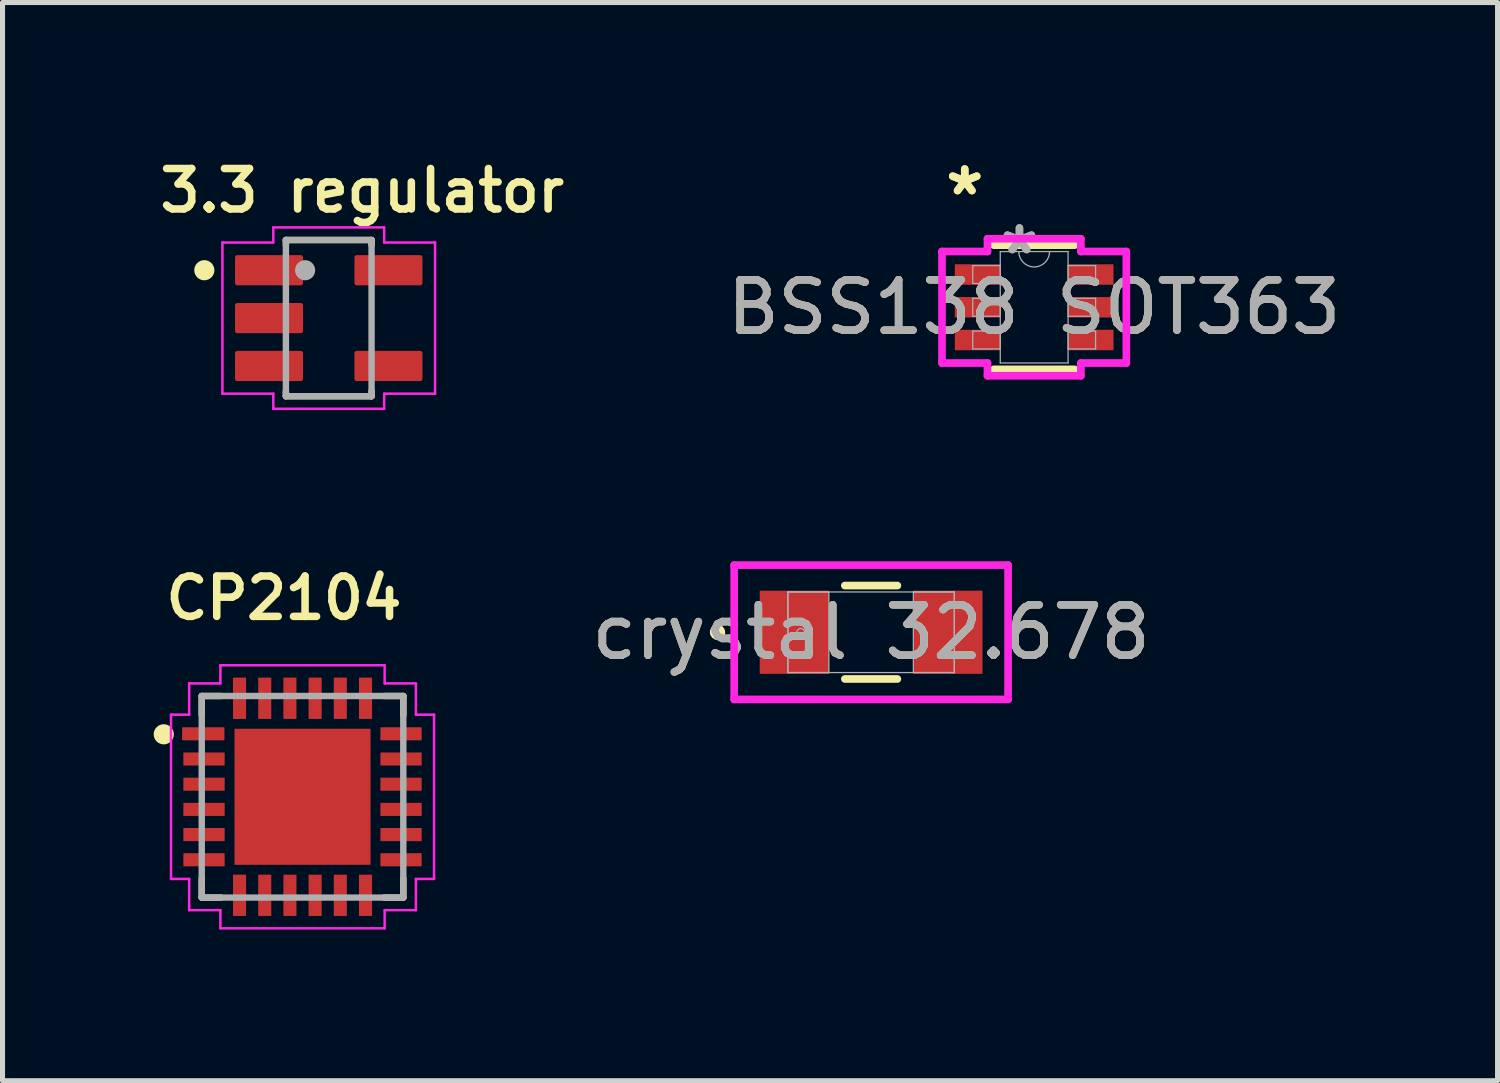
<source format=kicad_pcb>
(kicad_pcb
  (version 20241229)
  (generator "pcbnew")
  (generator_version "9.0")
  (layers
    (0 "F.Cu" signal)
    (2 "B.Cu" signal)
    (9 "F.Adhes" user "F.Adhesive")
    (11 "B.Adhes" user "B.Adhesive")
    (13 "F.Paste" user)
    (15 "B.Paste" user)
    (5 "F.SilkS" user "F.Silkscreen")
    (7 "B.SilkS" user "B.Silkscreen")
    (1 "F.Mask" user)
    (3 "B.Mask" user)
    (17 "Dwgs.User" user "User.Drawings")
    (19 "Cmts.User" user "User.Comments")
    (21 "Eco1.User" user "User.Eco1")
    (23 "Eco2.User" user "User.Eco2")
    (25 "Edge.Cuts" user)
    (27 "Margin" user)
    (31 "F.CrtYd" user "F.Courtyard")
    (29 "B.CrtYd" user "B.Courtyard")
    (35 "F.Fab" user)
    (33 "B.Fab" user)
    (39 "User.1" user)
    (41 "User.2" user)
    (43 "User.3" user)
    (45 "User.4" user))
  (footprint "3.3 regulator"
    (layer "F.Cu")
    (at 3.474 3.263)
    (property "Reference" "3.3 regulator" (at 0.664 -2.53 0) (layer "F.SilkS") (effects (font (size 0.803 0.803) (thickness 0.15))))
    (attr smd)
    (fp_line (start -0.85 -1.55) (end -0.85 -1.45) (stroke (width 0.127) (type solid)) (layer "F.SilkS"))
    (fp_line (start -0.85 1.55) (end -0.85 1.45) (stroke (width 0.127) (type solid)) (layer "F.SilkS"))
    (fp_line (start 0.85 -1.55) (end -0.85 -1.55) (stroke (width 0.127) (type solid)) (layer "F.SilkS"))
    (fp_line (start 0.85 -1.55) (end 0.85 -1.45) (stroke (width 0.127) (type solid)) (layer "F.SilkS"))
    (fp_line (start 0.85 1.55) (end -0.85 1.55) (stroke (width 0.127) (type solid)) (layer "F.SilkS"))
    (fp_line (start 0.85 1.55) (end 0.85 1.45) (stroke (width 0.127) (type solid)) (layer "F.SilkS"))
    (fp_circle (center -2.469 -0.95) (end -2.369 -0.95) (stroke (width 0.2) (type solid)) (fill no) (layer "F.SilkS"))
    (fp_line (start -2.11 -1.5) (end -2.11 1.5) (stroke (width 0.05) (type solid)) (layer "F.CrtYd"))
    (fp_line (start -2.11 1.5) (end -1.1 1.5) (stroke (width 0.05) (type solid)) (layer "F.CrtYd"))
    (fp_line (start -1.1 -1.8) (end -1.1 -1.5) (stroke (width 0.05) (type solid)) (layer "F.CrtYd"))
    (fp_line (start -1.1 -1.5) (end -2.11 -1.5) (stroke (width 0.05) (type solid)) (layer "F.CrtYd"))
    (fp_line (start -1.1 1.5) (end -1.1 1.8) (stroke (width 0.05) (type solid)) (layer "F.CrtYd"))
    (fp_line (start -1.1 1.8) (end 1.1 1.8) (stroke (width 0.05) (type solid)) (layer "F.CrtYd"))
    (fp_line (start 1.1 -1.8) (end -1.1 -1.8) (stroke (width 0.05) (type solid)) (layer "F.CrtYd"))
    (fp_line (start 1.1 -1.5) (end 1.1 -1.8) (stroke (width 0.05) (type solid)) (layer "F.CrtYd"))
    (fp_line (start 1.1 1.5) (end 2.11 1.5) (stroke (width 0.05) (type solid)) (layer "F.CrtYd"))
    (fp_line (start 1.1 1.8) (end 1.1 1.5) (stroke (width 0.05) (type solid)) (layer "F.CrtYd"))
    (fp_line (start 2.11 -1.5) (end 1.1 -1.5) (stroke (width 0.05) (type solid)) (layer "F.CrtYd"))
    (fp_line (start 2.11 1.5) (end 2.11 -1.5) (stroke (width 0.05) (type solid)) (layer "F.CrtYd"))
    (fp_line (start -0.85 -1.55) (end 0.85 -1.55) (stroke (width 0.127) (type solid)) (layer "F.Fab"))
    (fp_line (start -0.85 1.55) (end -0.85 -1.55) (stroke (width 0.127) (type solid)) (layer "F.Fab"))
    (fp_line (start 0.85 -1.55) (end 0.85 1.55) (stroke (width 0.127) (type solid)) (layer "F.Fab"))
    (fp_line (start 0.85 1.55) (end -0.85 1.55) (stroke (width 0.127) (type solid)) (layer "F.Fab"))
    (fp_circle (center -0.469 -0.95) (end -0.369 -0.95) (stroke (width 0.2) (type solid)) (fill no) (layer "F.Fab"))
    (pad "1" smd roundrect (at -1.185 -0.95) (size 1.35 0.6) (layers "F.Cu" "F.Mask" "F.Paste") (roundrect_rratio 0.075))
    (pad "2" smd roundrect (at -1.185 0) (size 1.35 0.6) (layers "F.Cu" "F.Mask" "F.Paste") (roundrect_rratio 0.075))
    (pad "3" smd roundrect (at -1.185 0.95) (size 1.35 0.6) (layers "F.Cu" "F.Mask" "F.Paste") (roundrect_rratio 0.075))
    (pad "4" smd roundrect (at 1.185 0.95) (size 1.35 0.6) (layers "F.Cu" "F.Mask" "F.Paste") (roundrect_rratio 0.075))
    (pad "5" smd roundrect (at 1.185 -0.95) (size 1.35 0.6) (layers "F.Cu" "F.Mask" "F.Paste") (roundrect_rratio 0.075)))
  (footprint "CP2104"
    (layer "F.Cu")
    (at 2.954 12.763)
    (property "Reference" "CP2104" (at -0.369 -3.943 0) (layer "F.SilkS") (effects (font (size 0.8 0.8) (thickness 0.15))))
    (attr smd)
    (fp_line (start -2 -2) (end -2 -1.62) (stroke (width 0.127) (type solid)) (layer "F.SilkS"))
    (fp_line (start -2 1.62) (end -2 2) (stroke (width 0.127) (type solid)) (layer "F.SilkS"))
    (fp_line (start -2 2) (end -1.62 2) (stroke (width 0.127) (type solid)) (layer "F.SilkS"))
    (fp_line (start -1.62 -2) (end -2 -2) (stroke (width 0.127) (type solid)) (layer "F.SilkS"))
    (fp_line (start 1.62 2) (end 2 2) (stroke (width 0.127) (type solid)) (layer "F.SilkS"))
    (fp_line (start 2 -2) (end 1.62 -2) (stroke (width 0.127) (type solid)) (layer "F.SilkS"))
    (fp_line (start 2 -1.62) (end 2 -2) (stroke (width 0.127) (type solid)) (layer "F.SilkS"))
    (fp_line (start 2 2) (end 2 1.62) (stroke (width 0.127) (type solid)) (layer "F.SilkS"))
    (fp_circle (center -2.754 -1.24) (end -2.654 -1.24) (stroke (width 0.2) (type solid)) (fill no) (layer "F.SilkS"))
    (fp_poly (pts (xy -1.09 -0.13) (xy -1.09 -1.09) (xy -0.13 -1.09) (xy -0.13 -0.13)) (stroke (width 0.01) (type solid)) (fill yes) (layer "F.Paste"))
    (fp_poly (pts (xy -0.13 1.09) (xy -1.09 1.09) (xy -1.09 0.13) (xy -0.13 0.13)) (stroke (width 0.01) (type solid)) (fill yes) (layer "F.Paste"))
    (fp_poly (pts (xy 0.13 -1.09) (xy 1.09 -1.09) (xy 1.09 -0.13) (xy 0.13 -0.13)) (stroke (width 0.01) (type solid)) (fill yes) (layer "F.Paste"))
    (fp_poly (pts (xy 1.09 0.13) (xy 1.09 1.09) (xy 0.13 1.09) (xy 0.13 0.13)) (stroke (width 0.01) (type solid)) (fill yes) (layer "F.Paste"))
    (fp_line (start -2.61 -1.63) (end -2.61 1.63) (stroke (width 0.05) (type solid)) (layer "F.CrtYd"))
    (fp_line (start -2.61 1.63) (end -2.25 1.63) (stroke (width 0.05) (type solid)) (layer "F.CrtYd"))
    (fp_line (start -2.25 -2.25) (end -2.25 -1.63) (stroke (width 0.05) (type solid)) (layer "F.CrtYd"))
    (fp_line (start -2.25 -1.63) (end -2.61 -1.63) (stroke (width 0.05) (type solid)) (layer "F.CrtYd"))
    (fp_line (start -2.25 1.63) (end -2.25 2.25) (stroke (width 0.05) (type solid)) (layer "F.CrtYd"))
    (fp_line (start -2.25 2.25) (end -1.63 2.25) (stroke (width 0.05) (type solid)) (layer "F.CrtYd"))
    (fp_line (start -1.63 -2.61) (end -1.63 -2.25) (stroke (width 0.05) (type solid)) (layer "F.CrtYd"))
    (fp_line (start -1.63 -2.61) (end 1.63 -2.61) (stroke (width 0.05) (type solid)) (layer "F.CrtYd"))
    (fp_line (start -1.63 -2.25) (end -2.25 -2.25) (stroke (width 0.05) (type solid)) (layer "F.CrtYd"))
    (fp_line (start -1.63 2.25) (end -1.63 2.61) (stroke (width 0.05) (type solid)) (layer "F.CrtYd"))
    (fp_line (start 1.63 -2.25) (end 1.63 -2.61) (stroke (width 0.05) (type solid)) (layer "F.CrtYd"))
    (fp_line (start 1.63 2.25) (end 2.25 2.25) (stroke (width 0.05) (type solid)) (layer "F.CrtYd"))
    (fp_line (start 1.63 2.61) (end -1.63 2.61) (stroke (width 0.05) (type solid)) (layer "F.CrtYd"))
    (fp_line (start 1.63 2.61) (end 1.63 2.25) (stroke (width 0.05) (type solid)) (layer "F.CrtYd"))
    (fp_line (start 2.25 -2.25) (end 1.63 -2.25) (stroke (width 0.05) (type solid)) (layer "F.CrtYd"))
    (fp_line (start 2.25 -1.63) (end 2.25 -2.25) (stroke (width 0.05) (type solid)) (layer "F.CrtYd"))
    (fp_line (start 2.25 1.63) (end 2.61 1.63) (stroke (width 0.05) (type solid)) (layer "F.CrtYd"))
    (fp_line (start 2.25 2.25) (end 2.25 1.63) (stroke (width 0.05) (type solid)) (layer "F.CrtYd"))
    (fp_line (start 2.61 -1.63) (end 2.25 -1.63) (stroke (width 0.05) (type solid)) (layer "F.CrtYd"))
    (fp_line (start 2.61 1.63) (end 2.61 -1.63) (stroke (width 0.05) (type solid)) (layer "F.CrtYd"))
    (fp_line (start -2 -2) (end -2 2) (stroke (width 0.127) (type solid)) (layer "F.Fab"))
    (fp_line (start -2 2) (end 2 2) (stroke (width 0.127) (type solid)) (layer "F.Fab"))
    (fp_line (start 2 -2) (end -2 -2) (stroke (width 0.127) (type solid)) (layer "F.Fab"))
    (fp_line (start 2 2) (end 2 -2) (stroke (width 0.127) (type solid)) (layer "F.Fab"))
    (pad "1" smd roundrect (at -1.97 -1.25) (size 0.84 0.26) (layers "F.Cu" "F.Mask" "F.Paste") (roundrect_rratio 0.035))
    (pad "2" smd roundrect (at -1.955 -0.75) (size 0.82 0.26) (layers "F.Cu" "F.Mask" "F.Paste") (roundrect_rratio 0.035))
    (pad "3" smd roundrect (at -1.955 -0.25) (size 0.82 0.26) (layers "F.Cu" "F.Mask" "F.Paste") (roundrect_rratio 0.035))
    (pad "4" smd roundrect (at -1.955 0.25) (size 0.82 0.26) (layers "F.Cu" "F.Mask" "F.Paste") (roundrect_rratio 0.035))
    (pad "5" smd roundrect (at -1.955 0.75) (size 0.82 0.26) (layers "F.Cu" "F.Mask" "F.Paste") (roundrect_rratio 0.035))
    (pad "6" smd roundrect (at -1.955 1.25) (size 0.82 0.26) (layers "F.Cu" "F.Mask" "F.Paste") (roundrect_rratio 0.035))
    (pad "7" smd roundrect (at -1.25 1.955) (size 0.26 0.82) (layers "F.Cu" "F.Mask" "F.Paste") (roundrect_rratio 0.035))
    (pad "8" smd roundrect (at -0.75 1.955) (size 0.26 0.82) (layers "F.Cu" "F.Mask" "F.Paste") (roundrect_rratio 0.035))
    (pad "9" smd roundrect (at -0.25 1.955) (size 0.26 0.82) (layers "F.Cu" "F.Mask" "F.Paste") (roundrect_rratio 0.035))
    (pad "10" smd roundrect (at 0.25 1.955) (size 0.26 0.82) (layers "F.Cu" "F.Mask" "F.Paste") (roundrect_rratio 0.035))
    (pad "11" smd roundrect (at 0.75 1.955) (size 0.26 0.82) (layers "F.Cu" "F.Mask" "F.Paste") (roundrect_rratio 0.035))
    (pad "12" smd roundrect (at 1.25 1.955) (size 0.26 0.82) (layers "F.Cu" "F.Mask" "F.Paste") (roundrect_rratio 0.035))
    (pad "13" smd roundrect (at 1.955 1.25) (size 0.82 0.26) (layers "F.Cu" "F.Mask" "F.Paste") (roundrect_rratio 0.035))
    (pad "14" smd roundrect (at 1.955 0.75) (size 0.82 0.26) (layers "F.Cu" "F.Mask" "F.Paste") (roundrect_rratio 0.035))
    (pad "15" smd roundrect (at 1.955 0.25) (size 0.82 0.26) (layers "F.Cu" "F.Mask" "F.Paste") (roundrect_rratio 0.035))
    (pad "16" smd roundrect (at 1.955 -0.25) (size 0.82 0.26) (layers "F.Cu" "F.Mask" "F.Paste") (roundrect_rratio 0.035))
    (pad "17" smd roundrect (at 1.955 -0.75) (size 0.82 0.26) (layers "F.Cu" "F.Mask" "F.Paste") (roundrect_rratio 0.035))
    (pad "18" smd roundrect (at 1.955 -1.25) (size 0.82 0.26) (layers "F.Cu" "F.Mask" "F.Paste") (roundrect_rratio 0.035))
    (pad "19" smd roundrect (at 1.25 -1.955) (size 0.26 0.82) (layers "F.Cu" "F.Mask" "F.Paste") (roundrect_rratio 0.035))
    (pad "20" smd roundrect (at 0.75 -1.955) (size 0.26 0.82) (layers "F.Cu" "F.Mask" "F.Paste") (roundrect_rratio 0.035))
    (pad "21" smd roundrect (at 0.25 -1.955) (size 0.26 0.82) (layers "F.Cu" "F.Mask" "F.Paste") (roundrect_rratio 0.035))
    (pad "22" smd roundrect (at -0.25 -1.955) (size 0.26 0.82) (layers "F.Cu" "F.Mask" "F.Paste") (roundrect_rratio 0.035))
    (pad "23" smd roundrect (at -0.75 -1.955) (size 0.26 0.82) (layers "F.Cu" "F.Mask" "F.Paste") (roundrect_rratio 0.035))
    (pad "24" smd roundrect (at -1.25 -1.955) (size 0.26 0.82) (layers "F.Cu" "F.Mask" "F.Paste") (roundrect_rratio 0.035))
    (pad "25" smd rect (at 0 0) (size 2.7 2.7) (layers "F.Cu" "F.Mask")))
  (footprint "BSS138 SOT363"
    (layer "F.Cu")
    (at 17.474 3.048)
    (property "Reference" "BSS138 SOT363" (at 0 0 0) (unlocked yes) (layer "F.SilkS") (effects (font (size 1 1) (thickness 0.15))))
    (attr smd)
    (fp_line (start -0.8 1.232) (end 0.8 1.232) (stroke (width 0.152) (type solid)) (layer "F.SilkS"))
    (fp_line (start 0.8 -1.232) (end -0.8 -1.232) (stroke (width 0.152) (type solid)) (layer "F.SilkS"))
    (fp_line (start -1.829 -1.107) (end -0.927 -1.107) (stroke (width 0.152) (type solid)) (layer "F.CrtYd"))
    (fp_line (start -1.829 1.107) (end -1.829 -1.107) (stroke (width 0.152) (type solid)) (layer "F.CrtYd"))
    (fp_line (start -1.829 1.107) (end -0.927 1.107) (stroke (width 0.152) (type solid)) (layer "F.CrtYd"))
    (fp_line (start -0.927 -1.359) (end 0.927 -1.359) (stroke (width 0.152) (type solid)) (layer "F.CrtYd"))
    (fp_line (start -0.927 -1.107) (end -0.927 -1.359) (stroke (width 0.152) (type solid)) (layer "F.CrtYd"))
    (fp_line (start -0.927 1.359) (end -0.927 1.107) (stroke (width 0.152) (type solid)) (layer "F.CrtYd"))
    (fp_line (start 0.927 -1.359) (end 0.927 -1.107) (stroke (width 0.152) (type solid)) (layer "F.CrtYd"))
    (fp_line (start 0.927 1.107) (end 0.927 1.359) (stroke (width 0.152) (type solid)) (layer "F.CrtYd"))
    (fp_line (start 0.927 1.359) (end -0.927 1.359) (stroke (width 0.152) (type solid)) (layer "F.CrtYd"))
    (fp_line (start 1.829 -1.107) (end 0.927 -1.107) (stroke (width 0.152) (type solid)) (layer "F.CrtYd"))
    (fp_line (start 1.829 -1.107) (end 1.829 1.107) (stroke (width 0.152) (type solid)) (layer "F.CrtYd"))
    (fp_line (start 1.829 1.107) (end 0.927 1.107) (stroke (width 0.152) (type solid)) (layer "F.CrtYd"))
    (fp_line (start -1.219 -0.828) (end -1.219 -0.472) (stroke (width 0.025) (type solid)) (layer "F.Fab"))
    (fp_line (start -1.219 -0.472) (end -0.673 -0.472) (stroke (width 0.025) (type solid)) (layer "F.Fab"))
    (fp_line (start -1.219 -0.178) (end -1.219 0.178) (stroke (width 0.025) (type solid)) (layer "F.Fab"))
    (fp_line (start -1.219 0.178) (end -0.673 0.178) (stroke (width 0.025) (type solid)) (layer "F.Fab"))
    (fp_line (start -1.219 0.472) (end -1.219 0.828) (stroke (width 0.025) (type solid)) (layer "F.Fab"))
    (fp_line (start -1.219 0.828) (end -0.673 0.828) (stroke (width 0.025) (type solid)) (layer "F.Fab"))
    (fp_line (start -0.673 -1.105) (end -0.673 1.105) (stroke (width 0.025) (type solid)) (layer "F.Fab"))
    (fp_line (start -0.673 -0.828) (end -1.219 -0.828) (stroke (width 0.025) (type solid)) (layer "F.Fab"))
    (fp_line (start -0.673 -0.472) (end -0.673 -0.828) (stroke (width 0.025) (type solid)) (layer "F.Fab"))
    (fp_line (start -0.673 -0.178) (end -1.219 -0.178) (stroke (width 0.025) (type solid)) (layer "F.Fab"))
    (fp_line (start -0.673 0.178) (end -0.673 -0.178) (stroke (width 0.025) (type solid)) (layer "F.Fab"))
    (fp_line (start -0.673 0.472) (end -1.219 0.472) (stroke (width 0.025) (type solid)) (layer "F.Fab"))
    (fp_line (start -0.673 0.828) (end -0.673 0.472) (stroke (width 0.025) (type solid)) (layer "F.Fab"))
    (fp_line (start -0.673 1.105) (end 0.673 1.105) (stroke (width 0.025) (type solid)) (layer "F.Fab"))
    (fp_line (start 0.673 -1.105) (end -0.673 -1.105) (stroke (width 0.025) (type solid)) (layer "F.Fab"))
    (fp_line (start 0.673 -0.828) (end 0.673 -0.472) (stroke (width 0.025) (type solid)) (layer "F.Fab"))
    (fp_line (start 0.673 -0.472) (end 1.219 -0.472) (stroke (width 0.025) (type solid)) (layer "F.Fab"))
    (fp_line (start 0.673 -0.178) (end 0.673 0.178) (stroke (width 0.025) (type solid)) (layer "F.Fab"))
    (fp_line (start 0.673 0.178) (end 1.219 0.178) (stroke (width 0.025) (type solid)) (layer "F.Fab"))
    (fp_line (start 0.673 0.472) (end 0.673 0.828) (stroke (width 0.025) (type solid)) (layer "F.Fab"))
    (fp_line (start 0.673 0.828) (end 1.219 0.828) (stroke (width 0.025) (type solid)) (layer "F.Fab"))
    (fp_line (start 0.673 1.105) (end 0.673 -1.105) (stroke (width 0.025) (type solid)) (layer "F.Fab"))
    (fp_line (start 1.219 -0.828) (end 0.673 -0.828) (stroke (width 0.025) (type solid)) (layer "F.Fab"))
    (fp_line (start 1.219 -0.472) (end 1.219 -0.828) (stroke (width 0.025) (type solid)) (layer "F.Fab"))
    (fp_line (start 1.219 -0.178) (end 0.673 -0.178) (stroke (width 0.025) (type solid)) (layer "F.Fab"))
    (fp_line (start 1.219 0.178) (end 1.219 -0.178) (stroke (width 0.025) (type solid)) (layer "F.Fab"))
    (fp_line (start 1.219 0.472) (end 0.673 0.472) (stroke (width 0.025) (type solid)) (layer "F.Fab"))
    (fp_line (start 1.219 0.828) (end 1.219 0.472) (stroke (width 0.025) (type solid)) (layer "F.Fab"))
    (fp_arc (start 0.3048 -1.1049) (mid 0 -0.8001) (end -0.3048 -1.1049) (stroke (width 0.0254) (type solid)) (layer "F.Fab"))
    (fp_text user "*" (at -1.378 -2.199 0) (unlocked yes) (layer "F.SilkS") (effects (font (size 1 1) (thickness 0.15))))
    (fp_text user "*" (at -1.378 -2.199 0) (layer "F.SilkS") (effects (font (size 1 1) (thickness 0.15))))
    (fp_text user "${REFERENCE}" (at 0 0 0) (unlocked yes) (layer "F.Fab") (effects (font (size 1 1) (thickness 0.15))))
    (fp_text user "*" (at -0.292 -1.029 0) (unlocked yes) (layer "F.Fab") (effects (font (size 1 1) (thickness 0.15))))
    (fp_text user "*" (at -0.292 -1.029 0) (layer "F.Fab") (effects (font (size 1 1) (thickness 0.15))))
    (pad "1" smd rect (at -1.124 -0.65) (size 0.902 0.406) (layers "F.Cu" "F.Mask" "F.Paste"))
    (pad "2" smd rect (at -1.124 0) (size 0.902 0.406) (layers "F.Cu" "F.Mask" "F.Paste"))
    (pad "3" smd rect (at -1.124 0.65) (size 0.902 0.406) (layers "F.Cu" "F.Mask" "F.Paste"))
    (pad "4" smd rect (at 1.124 0.65) (size 0.902 0.406) (layers "F.Cu" "F.Mask" "F.Paste"))
    (pad "5" smd rect (at 1.124 0) (size 0.902 0.406) (layers "F.Cu" "F.Mask" "F.Paste"))
    (pad "6" smd rect (at 1.124 -0.65) (size 0.902 0.406) (layers "F.Cu" "F.Mask" "F.Paste")))
  (footprint "crystal 32.678"
    (layer "F.Cu")
    (at 14.238 9.498)
    (property "Reference" "crystal 32.678" (at 0 0 0) (unlocked yes) (layer "F.SilkS") (effects (font (size 1 1) (thickness 0.15))))
    (attr smd)
    (fp_line (start -0.521 0.927) (end 0.521 0.927) (stroke (width 0.152) (type solid)) (layer "F.SilkS"))
    (fp_line (start 0.521 -0.927) (end -0.521 -0.927) (stroke (width 0.152) (type solid)) (layer "F.SilkS"))
    (fp_circle (center -3.048 0) (end -2.972 0) (stroke (width 0.152) (type solid)) (fill no) (layer "F.SilkS"))
    (fp_line (start -2.718 -1.333) (end 2.718 -1.333) (stroke (width 0.152) (type solid)) (layer "F.CrtYd"))
    (fp_line (start -2.718 1.333) (end -2.718 -1.333) (stroke (width 0.152) (type solid)) (layer "F.CrtYd"))
    (fp_line (start 2.718 -1.333) (end 2.718 1.333) (stroke (width 0.152) (type solid)) (layer "F.CrtYd"))
    (fp_line (start 2.718 1.333) (end -2.718 1.333) (stroke (width 0.152) (type solid)) (layer "F.CrtYd"))
    (fp_line (start -1.651 -0.8) (end -1.651 0.8) (stroke (width 0.025) (type solid)) (layer "F.Fab"))
    (fp_line (start -1.651 -0.8) (end -1.651 0.8) (stroke (width 0.025) (type solid)) (layer "F.Fab"))
    (fp_line (start -1.651 0.8) (end -0.838 0.8) (stroke (width 0.025) (type solid)) (layer "F.Fab"))
    (fp_line (start -1.651 0.8) (end 1.651 0.8) (stroke (width 0.025) (type solid)) (layer "F.Fab"))
    (fp_line (start -0.838 -0.8) (end -1.651 -0.8) (stroke (width 0.025) (type solid)) (layer "F.Fab"))
    (fp_line (start -0.838 0.8) (end -0.838 -0.8) (stroke (width 0.025) (type solid)) (layer "F.Fab"))
    (fp_line (start 0.838 -0.8) (end 0.838 0.8) (stroke (width 0.025) (type solid)) (layer "F.Fab"))
    (fp_line (start 0.838 0.8) (end 1.651 0.8) (stroke (width 0.025) (type solid)) (layer "F.Fab"))
    (fp_line (start 1.651 -0.8) (end -1.651 -0.8) (stroke (width 0.025) (type solid)) (layer "F.Fab"))
    (fp_line (start 1.651 -0.8) (end 0.838 -0.8) (stroke (width 0.025) (type solid)) (layer "F.Fab"))
    (fp_line (start 1.651 0.8) (end 1.651 -0.8) (stroke (width 0.025) (type solid)) (layer "F.Fab"))
    (fp_line (start 1.651 0.8) (end 1.651 -0.8) (stroke (width 0.025) (type solid)) (layer "F.Fab"))
    (fp_circle (center -1.397 0) (end -1.321 0) (stroke (width 0.025) (type solid)) (fill no) (layer "F.Fab"))
    (fp_text user "${REFERENCE}" (at 0 0 0) (unlocked yes) (layer "F.Fab") (effects (font (size 1 1) (thickness 0.15))))
    (pad "1" smd rect (at -1.524 0) (size 1.372 1.651) (layers "F.Cu" "F.Mask" "F.Paste"))
    (pad "2" smd rect (at 1.524 0) (size 1.372 1.651) (layers "F.Cu" "F.Mask" "F.Paste"))
    (zone (net_name "") (layer "F.Cu") (hatch full 0.508) (connect_pads) (min_thickness 0.254) (filled_areas_thickness no) (keepout (tracks not_allowed) (vias not_allowed) (pads allowed) (copperpour not_allowed) (footprints allowed)) (placement (enabled no)) (fill) (polygon (pts (xy 13.45 8.748) (xy 15.025 8.748) (xy 15.025 10.247) (xy 13.45 10.247)))))
  (gr_rect
    (start -3 -3)
    (end 26.67 18.398)
    (stroke (width 0.1) (type default))
    (fill no)
    (layer "Edge.Cuts")))
</source>
